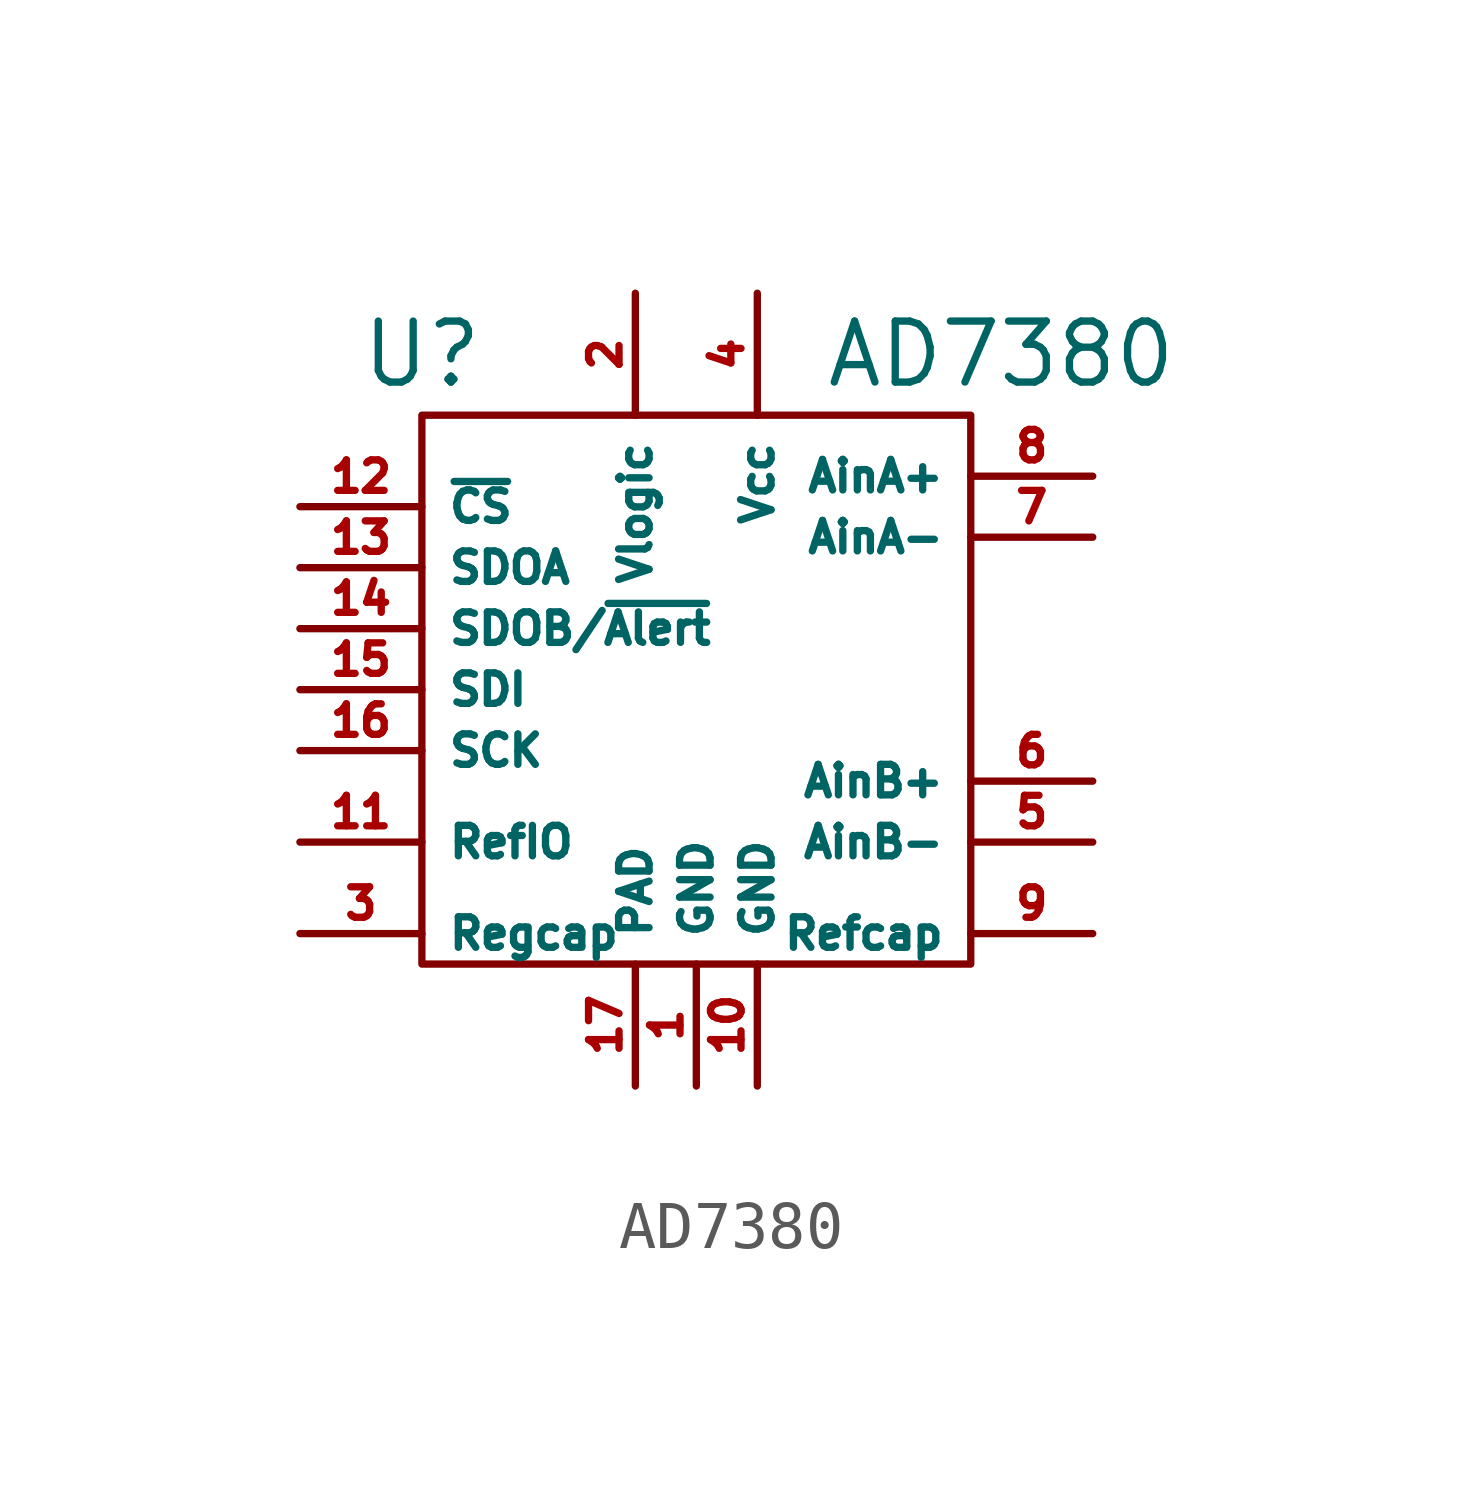
<source format=kicad_sym>
(kicad_symbol_lib
  (version 20211014)
  (generator kicad_symbol_editor)
  (symbol "AD7380"
    (property "Reference" "U"
      (at -5.715 6.35 0)
      (effects (font (size 1.27 1.27))))
    (property "Value" "AD7380"
      (at 6.35 6.35 0)
      (effects (font (size 1.27 1.27))))
    (symbol "AD7380_0_1"
      (rectangle (start -5.715 5.08) (end 5.715 -6.35) (stroke (width 0.152) (type default) (color 0 0 0 0)) (fill (type none))))
    (symbol "AD7380_1_1"
      (pin power_in line (at 0 -8.89 90) (length 2.54) (name "GND" (effects (font (size 0.635 0.635)))) (number "1" (effects (font (size 0.635 0.635)))))
      (pin power_in line (at 1.27 -8.89 90) (length 2.54) (name "GND" (effects (font (size 0.635 0.635)))) (number "10" (effects (font (size 0.635 0.635)))))
      (pin bidirectional line (at -8.255 -3.81 0) (length 2.54) (name "RefIO" (effects (font (size 0.635 0.635)))) (number "11" (effects (font (size 0.635 0.635)))))
      (pin input line (at -8.255 3.175 0) (length 2.54) (name "~{CS}" (effects (font (size 0.635 0.635)))) (number "12" (effects (font (size 0.635 0.635)))))
      (pin output line (at -8.255 1.905 0) (length 2.54) (name "SDOA" (effects (font (size 0.635 0.635)))) (number "13" (effects (font (size 0.635 0.635)))))
      (pin output line (at -8.255 0.635 0) (length 2.54) (name "SDOB/~{Alert}" (effects (font (size 0.635 0.635)))) (number "14" (effects (font (size 0.635 0.635)))))
      (pin input line (at -8.255 -0.635 0) (length 2.54) (name "SDI" (effects (font (size 0.635 0.635)))) (number "15" (effects (font (size 0.635 0.635)))))
      (pin input line (at -8.255 -1.905 0) (length 2.54) (name "SCK" (effects (font (size 0.635 0.635)))) (number "16" (effects (font (size 0.635 0.635)))))
      (pin power_in line (at -1.27 -8.89 90) (length 2.54) (name "PAD" (effects (font (size 0.635 0.635)))) (number "17" (effects (font (size 0.635 0.635)))))
      (pin power_in line (at -1.27 7.62 270) (length 2.54) (name "Vlogic" (effects (font (size 0.635 0.635)))) (number "2" (effects (font (size 0.635 0.635)))))
      (pin power_out line (at -8.255 -5.715 0) (length 2.54) (name "Regcap" (effects (font (size 0.635 0.635)))) (number "3" (effects (font (size 0.635 0.635)))))
      (pin power_in line (at 1.27 7.62 270) (length 2.54) (name "Vcc" (effects (font (size 0.635 0.635)))) (number "4" (effects (font (size 0.635 0.635)))))
      (pin input line (at 8.255 -3.81 180) (length 2.54) (name "AinB-" (effects (font (size 0.635 0.635)))) (number "5" (effects (font (size 0.635 0.635)))))
      (pin input line (at 8.255 -2.54 180) (length 2.54) (name "AinB+" (effects (font (size 0.635 0.635)))) (number "6" (effects (font (size 0.635 0.635)))))
      (pin input line (at 8.255 2.54 180) (length 2.54) (name "AinA-" (effects (font (size 0.635 0.635)))) (number "7" (effects (font (size 0.635 0.635)))))
      (pin input line (at 8.255 3.81 180) (length 2.54) (name "AinA+" (effects (font (size 0.635 0.635)))) (number "8" (effects (font (size 0.635 0.635)))))
      (pin power_out line (at 8.255 -5.715 180) (length 2.54) (name "Refcap" (effects (font (size 0.635 0.635)))) (number "9" (effects (font (size 0.635 0.635))))))))
</source>
